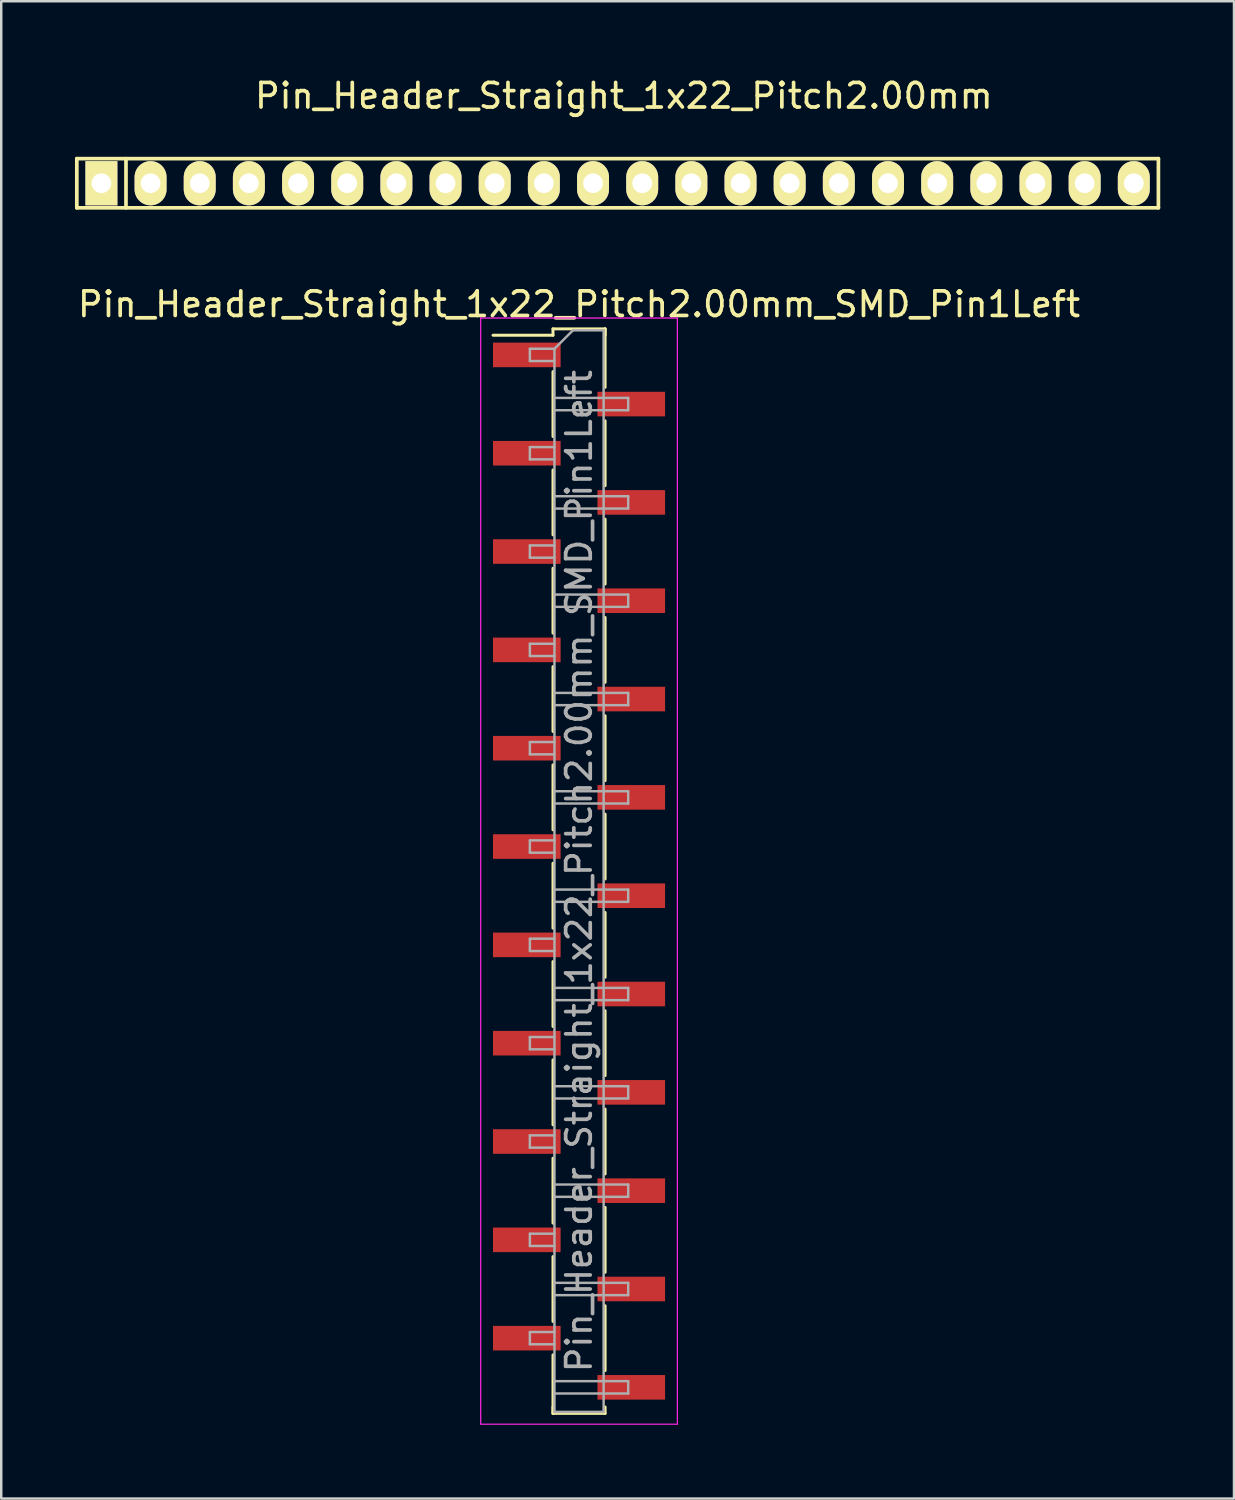
<source format=kicad_pcb>
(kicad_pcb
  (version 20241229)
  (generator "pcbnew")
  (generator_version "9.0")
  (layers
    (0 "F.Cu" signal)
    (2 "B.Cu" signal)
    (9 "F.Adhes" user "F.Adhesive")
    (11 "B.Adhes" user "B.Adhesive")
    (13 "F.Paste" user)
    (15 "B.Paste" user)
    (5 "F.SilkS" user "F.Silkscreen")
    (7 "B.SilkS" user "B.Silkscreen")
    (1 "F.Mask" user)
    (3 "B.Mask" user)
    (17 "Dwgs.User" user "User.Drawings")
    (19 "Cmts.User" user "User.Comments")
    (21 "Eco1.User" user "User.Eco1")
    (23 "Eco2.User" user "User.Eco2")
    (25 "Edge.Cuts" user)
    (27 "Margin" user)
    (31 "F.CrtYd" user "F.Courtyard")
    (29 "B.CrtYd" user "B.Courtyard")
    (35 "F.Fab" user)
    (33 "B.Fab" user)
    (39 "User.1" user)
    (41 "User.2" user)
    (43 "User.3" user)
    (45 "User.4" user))
  (footprint "Pin_Header_Straight_1x22_Pitch2.00mm_SMD_Pin1Left"
    (layer "F.Cu")
    (at 20.506 32.388)
    (property "Reference" "Pin_Header_Straight_1x22_Pitch2.00mm_SMD_Pin1Left" (at 0 -23.06 0) (layer "F.SilkS") (effects (font (size 1 1) (thickness 0.15))))
    (attr smd)
    (fp_line (start -1.06 -22.06) (end 1.06 -22.06) (stroke (width 0.12) (type solid)) (layer "F.SilkS"))
    (fp_line (start -1.06 -21.8) (end -3.5 -21.8) (stroke (width 0.12) (type solid)) (layer "F.SilkS"))
    (fp_line (start -1.06 -21.8) (end -1.06 -22.06) (stroke (width 0.12) (type solid)) (layer "F.SilkS"))
    (fp_line (start -1.06 -20.32) (end -1.06 -17.68) (stroke (width 0.12) (type solid)) (layer "F.SilkS"))
    (fp_line (start -1.06 -16.32) (end -1.06 -13.68) (stroke (width 0.12) (type solid)) (layer "F.SilkS"))
    (fp_line (start -1.06 -12.32) (end -1.06 -9.68) (stroke (width 0.12) (type solid)) (layer "F.SilkS"))
    (fp_line (start -1.06 -8.32) (end -1.06 -5.68) (stroke (width 0.12) (type solid)) (layer "F.SilkS"))
    (fp_line (start -1.06 -4.32) (end -1.06 -1.68) (stroke (width 0.12) (type solid)) (layer "F.SilkS"))
    (fp_line (start -1.06 -0.32) (end -1.06 2.32) (stroke (width 0.12) (type solid)) (layer "F.SilkS"))
    (fp_line (start -1.06 3.68) (end -1.06 6.32) (stroke (width 0.12) (type solid)) (layer "F.SilkS"))
    (fp_line (start -1.06 7.68) (end -1.06 10.32) (stroke (width 0.12) (type solid)) (layer "F.SilkS"))
    (fp_line (start -1.06 11.68) (end -1.06 14.32) (stroke (width 0.12) (type solid)) (layer "F.SilkS"))
    (fp_line (start -1.06 15.68) (end -1.06 18.32) (stroke (width 0.12) (type solid)) (layer "F.SilkS"))
    (fp_line (start -1.06 19.68) (end -1.06 22.06) (stroke (width 0.12) (type solid)) (layer "F.SilkS"))
    (fp_line (start -1.06 21.8) (end -1.06 22.06) (stroke (width 0.12) (type solid)) (layer "F.SilkS"))
    (fp_line (start -1.06 22.06) (end 1.06 22.06) (stroke (width 0.12) (type solid)) (layer "F.SilkS"))
    (fp_line (start 1.06 -22.06) (end 1.06 -21.8) (stroke (width 0.12) (type solid)) (layer "F.SilkS"))
    (fp_line (start 1.06 -22.06) (end 1.06 -19.68) (stroke (width 0.12) (type solid)) (layer "F.SilkS"))
    (fp_line (start 1.06 -18.32) (end 1.06 -15.68) (stroke (width 0.12) (type solid)) (layer "F.SilkS"))
    (fp_line (start 1.06 -14.32) (end 1.06 -11.68) (stroke (width 0.12) (type solid)) (layer "F.SilkS"))
    (fp_line (start 1.06 -10.32) (end 1.06 -7.68) (stroke (width 0.12) (type solid)) (layer "F.SilkS"))
    (fp_line (start 1.06 -6.32) (end 1.06 -3.68) (stroke (width 0.12) (type solid)) (layer "F.SilkS"))
    (fp_line (start 1.06 -2.32) (end 1.06 0.32) (stroke (width 0.12) (type solid)) (layer "F.SilkS"))
    (fp_line (start 1.06 1.68) (end 1.06 4.32) (stroke (width 0.12) (type solid)) (layer "F.SilkS"))
    (fp_line (start 1.06 5.68) (end 1.06 8.32) (stroke (width 0.12) (type solid)) (layer "F.SilkS"))
    (fp_line (start 1.06 9.68) (end 1.06 12.32) (stroke (width 0.12) (type solid)) (layer "F.SilkS"))
    (fp_line (start 1.06 13.68) (end 1.06 16.32) (stroke (width 0.12) (type solid)) (layer "F.SilkS"))
    (fp_line (start 1.06 17.68) (end 1.06 20.32) (stroke (width 0.12) (type solid)) (layer "F.SilkS"))
    (fp_line (start 1.06 22.06) (end 1.06 21.8) (stroke (width 0.12) (type solid)) (layer "F.SilkS"))
    (fp_line (start -4 -22.5) (end -4 22.5) (stroke (width 0.05) (type solid)) (layer "F.CrtYd"))
    (fp_line (start -4 22.5) (end 4 22.5) (stroke (width 0.05) (type solid)) (layer "F.CrtYd"))
    (fp_line (start 4 -22.5) (end -4 -22.5) (stroke (width 0.05) (type solid)) (layer "F.CrtYd"))
    (fp_line (start 4 22.5) (end 4 -22.5) (stroke (width 0.05) (type solid)) (layer "F.CrtYd"))
    (fp_line (start -2 -21.25) (end -2 -20.75) (stroke (width 0.1) (type solid)) (layer "F.Fab"))
    (fp_line (start -2 -20.75) (end -1 -20.75) (stroke (width 0.1) (type solid)) (layer "F.Fab"))
    (fp_line (start -2 -17.25) (end -2 -16.75) (stroke (width 0.1) (type solid)) (layer "F.Fab"))
    (fp_line (start -2 -16.75) (end -1 -16.75) (stroke (width 0.1) (type solid)) (layer "F.Fab"))
    (fp_line (start -2 -13.25) (end -2 -12.75) (stroke (width 0.1) (type solid)) (layer "F.Fab"))
    (fp_line (start -2 -12.75) (end -1 -12.75) (stroke (width 0.1) (type solid)) (layer "F.Fab"))
    (fp_line (start -2 -9.25) (end -2 -8.75) (stroke (width 0.1) (type solid)) (layer "F.Fab"))
    (fp_line (start -2 -8.75) (end -1 -8.75) (stroke (width 0.1) (type solid)) (layer "F.Fab"))
    (fp_line (start -2 -5.25) (end -2 -4.75) (stroke (width 0.1) (type solid)) (layer "F.Fab"))
    (fp_line (start -2 -4.75) (end -1 -4.75) (stroke (width 0.1) (type solid)) (layer "F.Fab"))
    (fp_line (start -2 -1.25) (end -2 -0.75) (stroke (width 0.1) (type solid)) (layer "F.Fab"))
    (fp_line (start -2 -0.75) (end -1 -0.75) (stroke (width 0.1) (type solid)) (layer "F.Fab"))
    (fp_line (start -2 2.75) (end -2 3.25) (stroke (width 0.1) (type solid)) (layer "F.Fab"))
    (fp_line (start -2 3.25) (end -1 3.25) (stroke (width 0.1) (type solid)) (layer "F.Fab"))
    (fp_line (start -2 6.75) (end -2 7.25) (stroke (width 0.1) (type solid)) (layer "F.Fab"))
    (fp_line (start -2 7.25) (end -1 7.25) (stroke (width 0.1) (type solid)) (layer "F.Fab"))
    (fp_line (start -2 10.75) (end -2 11.25) (stroke (width 0.1) (type solid)) (layer "F.Fab"))
    (fp_line (start -2 11.25) (end -1 11.25) (stroke (width 0.1) (type solid)) (layer "F.Fab"))
    (fp_line (start -2 14.75) (end -2 15.25) (stroke (width 0.1) (type solid)) (layer "F.Fab"))
    (fp_line (start -2 15.25) (end -1 15.25) (stroke (width 0.1) (type solid)) (layer "F.Fab"))
    (fp_line (start -2 18.75) (end -2 19.25) (stroke (width 0.1) (type solid)) (layer "F.Fab"))
    (fp_line (start -2 19.25) (end -1 19.25) (stroke (width 0.1) (type solid)) (layer "F.Fab"))
    (fp_line (start -1 -21.25) (end -2 -21.25) (stroke (width 0.1) (type solid)) (layer "F.Fab"))
    (fp_line (start -1 -21.25) (end -0.25 -22) (stroke (width 0.1) (type solid)) (layer "F.Fab"))
    (fp_line (start -1 -19.25) (end 2 -19.25) (stroke (width 0.1) (type solid)) (layer "F.Fab"))
    (fp_line (start -1 -17.25) (end -2 -17.25) (stroke (width 0.1) (type solid)) (layer "F.Fab"))
    (fp_line (start -1 -15.25) (end 2 -15.25) (stroke (width 0.1) (type solid)) (layer "F.Fab"))
    (fp_line (start -1 -13.25) (end -2 -13.25) (stroke (width 0.1) (type solid)) (layer "F.Fab"))
    (fp_line (start -1 -11.25) (end 2 -11.25) (stroke (width 0.1) (type solid)) (layer "F.Fab"))
    (fp_line (start -1 -9.25) (end -2 -9.25) (stroke (width 0.1) (type solid)) (layer "F.Fab"))
    (fp_line (start -1 -7.25) (end 2 -7.25) (stroke (width 0.1) (type solid)) (layer "F.Fab"))
    (fp_line (start -1 -5.25) (end -2 -5.25) (stroke (width 0.1) (type solid)) (layer "F.Fab"))
    (fp_line (start -1 -3.25) (end 2 -3.25) (stroke (width 0.1) (type solid)) (layer "F.Fab"))
    (fp_line (start -1 -1.25) (end -2 -1.25) (stroke (width 0.1) (type solid)) (layer "F.Fab"))
    (fp_line (start -1 0.75) (end 2 0.75) (stroke (width 0.1) (type solid)) (layer "F.Fab"))
    (fp_line (start -1 2.75) (end -2 2.75) (stroke (width 0.1) (type solid)) (layer "F.Fab"))
    (fp_line (start -1 4.75) (end 2 4.75) (stroke (width 0.1) (type solid)) (layer "F.Fab"))
    (fp_line (start -1 6.75) (end -2 6.75) (stroke (width 0.1) (type solid)) (layer "F.Fab"))
    (fp_line (start -1 8.75) (end 2 8.75) (stroke (width 0.1) (type solid)) (layer "F.Fab"))
    (fp_line (start -1 10.75) (end -2 10.75) (stroke (width 0.1) (type solid)) (layer "F.Fab"))
    (fp_line (start -1 12.75) (end 2 12.75) (stroke (width 0.1) (type solid)) (layer "F.Fab"))
    (fp_line (start -1 14.75) (end -2 14.75) (stroke (width 0.1) (type solid)) (layer "F.Fab"))
    (fp_line (start -1 16.75) (end 2 16.75) (stroke (width 0.1) (type solid)) (layer "F.Fab"))
    (fp_line (start -1 18.75) (end -2 18.75) (stroke (width 0.1) (type solid)) (layer "F.Fab"))
    (fp_line (start -1 20.75) (end 2 20.75) (stroke (width 0.1) (type solid)) (layer "F.Fab"))
    (fp_line (start -1 22) (end -1 -21.25) (stroke (width 0.1) (type solid)) (layer "F.Fab"))
    (fp_line (start -0.25 -22) (end 1 -22) (stroke (width 0.1) (type solid)) (layer "F.Fab"))
    (fp_line (start 1 -22) (end 1 22) (stroke (width 0.1) (type solid)) (layer "F.Fab"))
    (fp_line (start 1 22) (end -1 22) (stroke (width 0.1) (type solid)) (layer "F.Fab"))
    (fp_line (start 2 -19.25) (end 2 -18.75) (stroke (width 0.1) (type solid)) (layer "F.Fab"))
    (fp_line (start 2 -18.75) (end -1 -18.75) (stroke (width 0.1) (type solid)) (layer "F.Fab"))
    (fp_line (start 2 -15.25) (end 2 -14.75) (stroke (width 0.1) (type solid)) (layer "F.Fab"))
    (fp_line (start 2 -14.75) (end -1 -14.75) (stroke (width 0.1) (type solid)) (layer "F.Fab"))
    (fp_line (start 2 -11.25) (end 2 -10.75) (stroke (width 0.1) (type solid)) (layer "F.Fab"))
    (fp_line (start 2 -10.75) (end -1 -10.75) (stroke (width 0.1) (type solid)) (layer "F.Fab"))
    (fp_line (start 2 -7.25) (end 2 -6.75) (stroke (width 0.1) (type solid)) (layer "F.Fab"))
    (fp_line (start 2 -6.75) (end -1 -6.75) (stroke (width 0.1) (type solid)) (layer "F.Fab"))
    (fp_line (start 2 -3.25) (end 2 -2.75) (stroke (width 0.1) (type solid)) (layer "F.Fab"))
    (fp_line (start 2 -2.75) (end -1 -2.75) (stroke (width 0.1) (type solid)) (layer "F.Fab"))
    (fp_line (start 2 0.75) (end 2 1.25) (stroke (width 0.1) (type solid)) (layer "F.Fab"))
    (fp_line (start 2 1.25) (end -1 1.25) (stroke (width 0.1) (type solid)) (layer "F.Fab"))
    (fp_line (start 2 4.75) (end 2 5.25) (stroke (width 0.1) (type solid)) (layer "F.Fab"))
    (fp_line (start 2 5.25) (end -1 5.25) (stroke (width 0.1) (type solid)) (layer "F.Fab"))
    (fp_line (start 2 8.75) (end 2 9.25) (stroke (width 0.1) (type solid)) (layer "F.Fab"))
    (fp_line (start 2 9.25) (end -1 9.25) (stroke (width 0.1) (type solid)) (layer "F.Fab"))
    (fp_line (start 2 12.75) (end 2 13.25) (stroke (width 0.1) (type solid)) (layer "F.Fab"))
    (fp_line (start 2 13.25) (end -1 13.25) (stroke (width 0.1) (type solid)) (layer "F.Fab"))
    (fp_line (start 2 16.75) (end 2 17.25) (stroke (width 0.1) (type solid)) (layer "F.Fab"))
    (fp_line (start 2 17.25) (end -1 17.25) (stroke (width 0.1) (type solid)) (layer "F.Fab"))
    (fp_line (start 2 20.75) (end 2 21.25) (stroke (width 0.1) (type solid)) (layer "F.Fab"))
    (fp_line (start 2 21.25) (end -1 21.25) (stroke (width 0.1) (type solid)) (layer "F.Fab"))
    (fp_text user "${REFERENCE}" (at 0 0 90) (layer "F.Fab") (effects (font (size 1 1) (thickness 0.15))))
    (pad "1" smd rect (at -2.125 -21) (size 2.75 1) (layers "F.Cu" "F.Mask" "F.Paste"))
    (pad "2" smd rect (at 2.125 -19) (size 2.75 1) (layers "F.Cu" "F.Mask" "F.Paste"))
    (pad "3" smd rect (at -2.125 -17) (size 2.75 1) (layers "F.Cu" "F.Mask" "F.Paste"))
    (pad "4" smd rect (at 2.125 -15) (size 2.75 1) (layers "F.Cu" "F.Mask" "F.Paste"))
    (pad "5" smd rect (at -2.125 -13) (size 2.75 1) (layers "F.Cu" "F.Mask" "F.Paste"))
    (pad "6" smd rect (at 2.125 -11) (size 2.75 1) (layers "F.Cu" "F.Mask" "F.Paste"))
    (pad "7" smd rect (at -2.125 -9) (size 2.75 1) (layers "F.Cu" "F.Mask" "F.Paste"))
    (pad "8" smd rect (at 2.125 -7) (size 2.75 1) (layers "F.Cu" "F.Mask" "F.Paste"))
    (pad "9" smd rect (at -2.125 -5) (size 2.75 1) (layers "F.Cu" "F.Mask" "F.Paste"))
    (pad "10" smd rect (at 2.125 -3) (size 2.75 1) (layers "F.Cu" "F.Mask" "F.Paste"))
    (pad "11" smd rect (at -2.125 -1) (size 2.75 1) (layers "F.Cu" "F.Mask" "F.Paste"))
    (pad "12" smd rect (at 2.125 1) (size 2.75 1) (layers "F.Cu" "F.Mask" "F.Paste"))
    (pad "13" smd rect (at -2.125 3) (size 2.75 1) (layers "F.Cu" "F.Mask" "F.Paste"))
    (pad "14" smd rect (at 2.125 5) (size 2.75 1) (layers "F.Cu" "F.Mask" "F.Paste"))
    (pad "15" smd rect (at -2.125 7) (size 2.75 1) (layers "F.Cu" "F.Mask" "F.Paste"))
    (pad "16" smd rect (at 2.125 9) (size 2.75 1) (layers "F.Cu" "F.Mask" "F.Paste"))
    (pad "17" smd rect (at -2.125 11) (size 2.75 1) (layers "F.Cu" "F.Mask" "F.Paste"))
    (pad "18" smd rect (at 2.125 13) (size 2.75 1) (layers "F.Cu" "F.Mask" "F.Paste"))
    (pad "19" smd rect (at -2.125 15) (size 2.75 1) (layers "F.Cu" "F.Mask" "F.Paste"))
    (pad "20" smd rect (at 2.125 17) (size 2.75 1) (layers "F.Cu" "F.Mask" "F.Paste"))
    (pad "21" smd rect (at -2.125 19) (size 2.75 1) (layers "F.Cu" "F.Mask" "F.Paste"))
    (pad "22" smd rect (at 2.125 21) (size 2.75 1) (layers "F.Cu" "F.Mask" "F.Paste")))
  (footprint "Pin_Header_Straight_1x22_Pitch2.00mm"
    (layer "F.Cu")
    (at 22.075 4.404)
    (property "Reference" "Pin_Header_Straight_1x22_Pitch2.00mm" (at 0.254 -3.556 0) (layer "F.SilkS") (effects (font (size 1 1) (thickness 0.15))))
    (attr through_hole)
    (fp_line (start -22 -1) (end 22 -1) (stroke (width 0.15) (type solid)) (layer "F.SilkS"))
    (fp_line (start -22 1) (end -22 -1) (stroke (width 0.15) (type solid)) (layer "F.SilkS"))
    (fp_line (start -20 -1) (end -20 1) (stroke (width 0.15) (type solid)) (layer "F.SilkS"))
    (fp_line (start 22 -1) (end 22 1) (stroke (width 0.15) (type solid)) (layer "F.SilkS"))
    (fp_line (start 22 1) (end -22 1) (stroke (width 0.15) (type solid)) (layer "F.SilkS"))
    (pad "1" thru_hole rect (at -21 0) (size 1.3 1.8) (drill 0.8) (layers "*.Cu" "*.Mask" "F.SilkS"))
    (pad "2" thru_hole oval (at -19 0) (size 1.3 1.8) (drill 0.8) (layers "*.Cu" "*.Mask" "F.SilkS"))
    (pad "3" thru_hole oval (at -17 0) (size 1.3 1.8) (drill 0.8) (layers "*.Cu" "*.Mask" "F.SilkS"))
    (pad "4" thru_hole oval (at -15 0) (size 1.3 1.8) (drill 0.8) (layers "*.Cu" "*.Mask" "F.SilkS"))
    (pad "5" thru_hole oval (at -13 0) (size 1.3 1.8) (drill 0.8) (layers "*.Cu" "*.Mask" "F.SilkS"))
    (pad "6" thru_hole oval (at -11 0) (size 1.3 1.8) (drill 0.8) (layers "*.Cu" "*.Mask" "F.SilkS"))
    (pad "7" thru_hole oval (at -9 0) (size 1.3 1.8) (drill 0.8) (layers "*.Cu" "*.Mask" "F.SilkS"))
    (pad "8" thru_hole oval (at -7 0) (size 1.3 1.8) (drill 0.8) (layers "*.Cu" "*.Mask" "F.SilkS"))
    (pad "9" thru_hole oval (at -5 0) (size 1.3 1.8) (drill 0.8) (layers "*.Cu" "*.Mask" "F.SilkS"))
    (pad "10" thru_hole oval (at -3 0) (size 1.3 1.8) (drill 0.8) (layers "*.Cu" "*.Mask" "F.SilkS"))
    (pad "11" thru_hole oval (at -1 0) (size 1.3 1.8) (drill 0.8) (layers "*.Cu" "*.Mask" "F.SilkS"))
    (pad "12" thru_hole oval (at 1 0) (size 1.3 1.8) (drill 0.8) (layers "*.Cu" "*.Mask" "F.SilkS"))
    (pad "13" thru_hole oval (at 3 0) (size 1.3 1.8) (drill 0.8) (layers "*.Cu" "*.Mask" "F.SilkS"))
    (pad "14" thru_hole oval (at 5 0) (size 1.3 1.8) (drill 0.8) (layers "*.Cu" "*.Mask" "F.SilkS"))
    (pad "15" thru_hole oval (at 7 0) (size 1.3 1.8) (drill 0.8) (layers "*.Cu" "*.Mask" "F.SilkS"))
    (pad "16" thru_hole oval (at 9 0) (size 1.3 1.8) (drill 0.8) (layers "*.Cu" "*.Mask" "F.SilkS"))
    (pad "17" thru_hole oval (at 11 0) (size 1.3 1.8) (drill 0.8) (layers "*.Cu" "*.Mask" "F.SilkS"))
    (pad "18" thru_hole oval (at 13 0) (size 1.3 1.8) (drill 0.8) (layers "*.Cu" "*.Mask" "F.SilkS"))
    (pad "19" thru_hole oval (at 15 0) (size 1.3 1.8) (drill 0.8) (layers "*.Cu" "*.Mask" "F.SilkS"))
    (pad "20" thru_hole oval (at 17 0) (size 1.3 1.8) (drill 0.8) (layers "*.Cu" "*.Mask" "F.SilkS"))
    (pad "21" thru_hole oval (at 19 0) (size 1.3 1.8) (drill 0.8) (layers "*.Cu" "*.Mask" "F.SilkS"))
    (pad "22" thru_hole oval (at 21 0) (size 1.3 1.8) (drill 0.8) (layers "*.Cu" "*.Mask" "F.SilkS")))
  (gr_rect
    (start -3 -3)
    (end 47.15 57.913)
    (stroke (width 0.1) (type default))
    (fill no)
    (layer "Edge.Cuts")))
</source>
